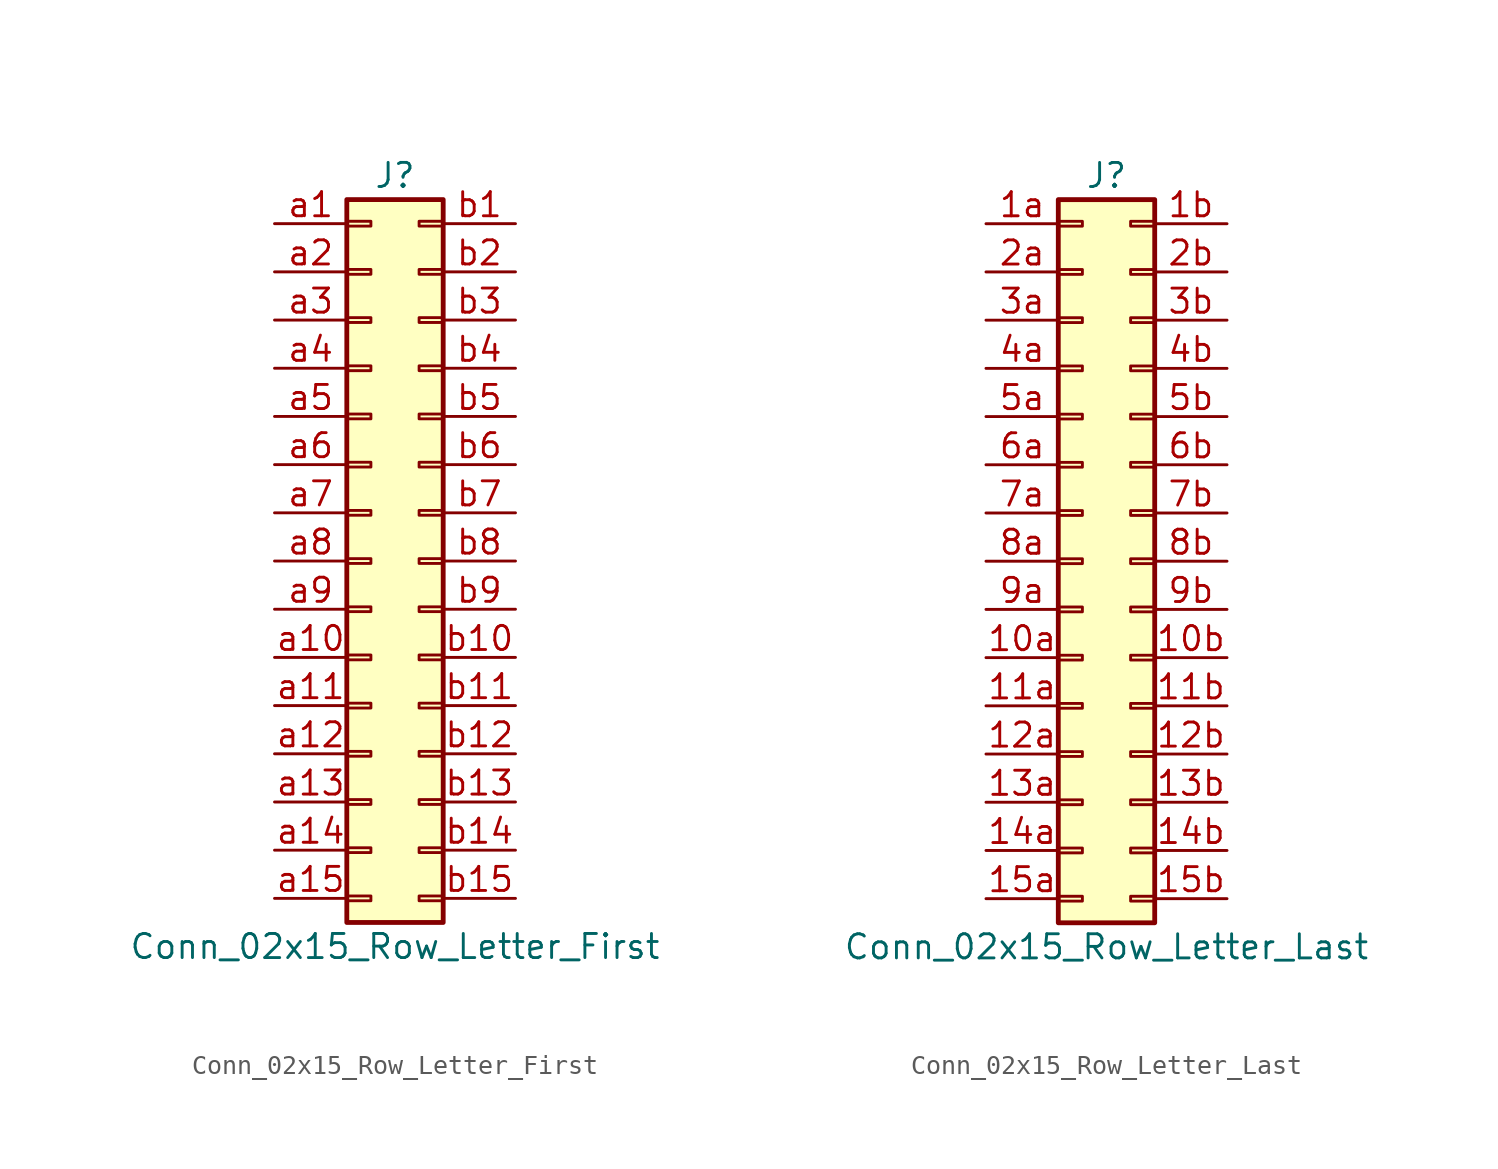
<source format=kicad_sym>
(kicad_symbol_lib
  (version 20211014)
  (generator kicad_symbol_editor)
  (symbol "Conn_02x15_Row_Letter_First"
    (pin_names
      (offset 1.016) hide)
    (property "Reference" "J"
      (at 1.27 20.32 0)
      (effects (font (size 1.27 1.27))))
    (property "Value" "Conn_02x15_Row_Letter_First"
      (at 1.27 -20.32 0)
      (effects (font (size 1.27 1.27))))
    (symbol "Conn_02x15_Row_Letter_First_1_1"
      (rectangle (start -1.27 -17.653) (end 0 -17.907) (stroke (width 0.152) (type default) (color 0 0 0 0)) (fill (type none)))
      (rectangle (start -1.27 -15.113) (end 0 -15.367) (stroke (width 0.152) (type default) (color 0 0 0 0)) (fill (type none)))
      (rectangle (start -1.27 -12.573) (end 0 -12.827) (stroke (width 0.152) (type default) (color 0 0 0 0)) (fill (type none)))
      (rectangle (start -1.27 -10.033) (end 0 -10.287) (stroke (width 0.152) (type default) (color 0 0 0 0)) (fill (type none)))
      (rectangle (start -1.27 -7.493) (end 0 -7.747) (stroke (width 0.152) (type default) (color 0 0 0 0)) (fill (type none)))
      (rectangle (start -1.27 -4.953) (end 0 -5.207) (stroke (width 0.152) (type default) (color 0 0 0 0)) (fill (type none)))
      (rectangle (start -1.27 -2.413) (end 0 -2.667) (stroke (width 0.152) (type default) (color 0 0 0 0)) (fill (type none)))
      (rectangle (start -1.27 0.127) (end 0 -0.127) (stroke (width 0.152) (type default) (color 0 0 0 0)) (fill (type none)))
      (rectangle (start -1.27 2.667) (end 0 2.413) (stroke (width 0.152) (type default) (color 0 0 0 0)) (fill (type none)))
      (rectangle (start -1.27 5.207) (end 0 4.953) (stroke (width 0.152) (type default) (color 0 0 0 0)) (fill (type none)))
      (rectangle (start -1.27 7.747) (end 0 7.493) (stroke (width 0.152) (type default) (color 0 0 0 0)) (fill (type none)))
      (rectangle (start -1.27 10.287) (end 0 10.033) (stroke (width 0.152) (type default) (color 0 0 0 0)) (fill (type none)))
      (rectangle (start -1.27 12.827) (end 0 12.573) (stroke (width 0.152) (type default) (color 0 0 0 0)) (fill (type none)))
      (rectangle (start -1.27 15.367) (end 0 15.113) (stroke (width 0.152) (type default) (color 0 0 0 0)) (fill (type none)))
      (rectangle (start -1.27 17.907) (end 0 17.653) (stroke (width 0.152) (type default) (color 0 0 0 0)) (fill (type none)))
      (rectangle (start -1.27 19.05) (end 3.81 -19.05) (stroke (width 0.254) (type default) (color 0 0 0 0)) (fill (type background)))
      (rectangle (start 3.81 -17.653) (end 2.54 -17.907) (stroke (width 0.152) (type default) (color 0 0 0 0)) (fill (type none)))
      (rectangle (start 3.81 -15.113) (end 2.54 -15.367) (stroke (width 0.152) (type default) (color 0 0 0 0)) (fill (type none)))
      (rectangle (start 3.81 -12.573) (end 2.54 -12.827) (stroke (width 0.152) (type default) (color 0 0 0 0)) (fill (type none)))
      (rectangle (start 3.81 -10.033) (end 2.54 -10.287) (stroke (width 0.152) (type default) (color 0 0 0 0)) (fill (type none)))
      (rectangle (start 3.81 -7.493) (end 2.54 -7.747) (stroke (width 0.152) (type default) (color 0 0 0 0)) (fill (type none)))
      (rectangle (start 3.81 -4.953) (end 2.54 -5.207) (stroke (width 0.152) (type default) (color 0 0 0 0)) (fill (type none)))
      (rectangle (start 3.81 -2.413) (end 2.54 -2.667) (stroke (width 0.152) (type default) (color 0 0 0 0)) (fill (type none)))
      (rectangle (start 3.81 0.127) (end 2.54 -0.127) (stroke (width 0.152) (type default) (color 0 0 0 0)) (fill (type none)))
      (rectangle (start 3.81 2.667) (end 2.54 2.413) (stroke (width 0.152) (type default) (color 0 0 0 0)) (fill (type none)))
      (rectangle (start 3.81 5.207) (end 2.54 4.953) (stroke (width 0.152) (type default) (color 0 0 0 0)) (fill (type none)))
      (rectangle (start 3.81 7.747) (end 2.54 7.493) (stroke (width 0.152) (type default) (color 0 0 0 0)) (fill (type none)))
      (rectangle (start 3.81 10.287) (end 2.54 10.033) (stroke (width 0.152) (type default) (color 0 0 0 0)) (fill (type none)))
      (rectangle (start 3.81 12.827) (end 2.54 12.573) (stroke (width 0.152) (type default) (color 0 0 0 0)) (fill (type none)))
      (rectangle (start 3.81 15.367) (end 2.54 15.113) (stroke (width 0.152) (type default) (color 0 0 0 0)) (fill (type none)))
      (rectangle (start 3.81 17.907) (end 2.54 17.653) (stroke (width 0.152) (type default) (color 0 0 0 0)) (fill (type none)))
      (pin passive line (at -5.08 17.78 0) (length 3.81) (name "Pin_a1" (effects (font (size 1.27 1.27)))) (number "a1" (effects (font (size 1.27 1.27)))))
      (pin passive line (at -5.08 -5.08 0) (length 3.81) (name "Pin_a10" (effects (font (size 1.27 1.27)))) (number "a10" (effects (font (size 1.27 1.27)))))
      (pin passive line (at -5.08 -7.62 0) (length 3.81) (name "Pin_a11" (effects (font (size 1.27 1.27)))) (number "a11" (effects (font (size 1.27 1.27)))))
      (pin passive line (at -5.08 -10.16 0) (length 3.81) (name "Pin_a12" (effects (font (size 1.27 1.27)))) (number "a12" (effects (font (size 1.27 1.27)))))
      (pin passive line (at -5.08 -12.7 0) (length 3.81) (name "Pin_a13" (effects (font (size 1.27 1.27)))) (number "a13" (effects (font (size 1.27 1.27)))))
      (pin passive line (at -5.08 -15.24 0) (length 3.81) (name "Pin_a14" (effects (font (size 1.27 1.27)))) (number "a14" (effects (font (size 1.27 1.27)))))
      (pin passive line (at -5.08 -17.78 0) (length 3.81) (name "Pin_a15" (effects (font (size 1.27 1.27)))) (number "a15" (effects (font (size 1.27 1.27)))))
      (pin passive line (at -5.08 15.24 0) (length 3.81) (name "Pin_a2" (effects (font (size 1.27 1.27)))) (number "a2" (effects (font (size 1.27 1.27)))))
      (pin passive line (at -5.08 12.7 0) (length 3.81) (name "Pin_a3" (effects (font (size 1.27 1.27)))) (number "a3" (effects (font (size 1.27 1.27)))))
      (pin passive line (at -5.08 10.16 0) (length 3.81) (name "Pin_a4" (effects (font (size 1.27 1.27)))) (number "a4" (effects (font (size 1.27 1.27)))))
      (pin passive line (at -5.08 7.62 0) (length 3.81) (name "Pin_a5" (effects (font (size 1.27 1.27)))) (number "a5" (effects (font (size 1.27 1.27)))))
      (pin passive line (at -5.08 5.08 0) (length 3.81) (name "Pin_a6" (effects (font (size 1.27 1.27)))) (number "a6" (effects (font (size 1.27 1.27)))))
      (pin passive line (at -5.08 2.54 0) (length 3.81) (name "Pin_a7" (effects (font (size 1.27 1.27)))) (number "a7" (effects (font (size 1.27 1.27)))))
      (pin passive line (at -5.08 0 0) (length 3.81) (name "Pin_a8" (effects (font (size 1.27 1.27)))) (number "a8" (effects (font (size 1.27 1.27)))))
      (pin passive line (at -5.08 -2.54 0) (length 3.81) (name "Pin_a9" (effects (font (size 1.27 1.27)))) (number "a9" (effects (font (size 1.27 1.27)))))
      (pin passive line (at 7.62 17.78 180) (length 3.81) (name "Pin_b1" (effects (font (size 1.27 1.27)))) (number "b1" (effects (font (size 1.27 1.27)))))
      (pin passive line (at 7.62 -5.08 180) (length 3.81) (name "Pin_b10" (effects (font (size 1.27 1.27)))) (number "b10" (effects (font (size 1.27 1.27)))))
      (pin passive line (at 7.62 -7.62 180) (length 3.81) (name "Pin_b11" (effects (font (size 1.27 1.27)))) (number "b11" (effects (font (size 1.27 1.27)))))
      (pin passive line (at 7.62 -10.16 180) (length 3.81) (name "Pin_b12" (effects (font (size 1.27 1.27)))) (number "b12" (effects (font (size 1.27 1.27)))))
      (pin passive line (at 7.62 -12.7 180) (length 3.81) (name "Pin_b13" (effects (font (size 1.27 1.27)))) (number "b13" (effects (font (size 1.27 1.27)))))
      (pin passive line (at 7.62 -15.24 180) (length 3.81) (name "Pin_b14" (effects (font (size 1.27 1.27)))) (number "b14" (effects (font (size 1.27 1.27)))))
      (pin passive line (at 7.62 -17.78 180) (length 3.81) (name "Pin_b15" (effects (font (size 1.27 1.27)))) (number "b15" (effects (font (size 1.27 1.27)))))
      (pin passive line (at 7.62 15.24 180) (length 3.81) (name "Pin_b2" (effects (font (size 1.27 1.27)))) (number "b2" (effects (font (size 1.27 1.27)))))
      (pin passive line (at 7.62 12.7 180) (length 3.81) (name "Pin_b3" (effects (font (size 1.27 1.27)))) (number "b3" (effects (font (size 1.27 1.27)))))
      (pin passive line (at 7.62 10.16 180) (length 3.81) (name "Pin_b4" (effects (font (size 1.27 1.27)))) (number "b4" (effects (font (size 1.27 1.27)))))
      (pin passive line (at 7.62 7.62 180) (length 3.81) (name "Pin_b5" (effects (font (size 1.27 1.27)))) (number "b5" (effects (font (size 1.27 1.27)))))
      (pin passive line (at 7.62 5.08 180) (length 3.81) (name "Pin_b6" (effects (font (size 1.27 1.27)))) (number "b6" (effects (font (size 1.27 1.27)))))
      (pin passive line (at 7.62 2.54 180) (length 3.81) (name "Pin_b7" (effects (font (size 1.27 1.27)))) (number "b7" (effects (font (size 1.27 1.27)))))
      (pin passive line (at 7.62 0 180) (length 3.81) (name "Pin_b8" (effects (font (size 1.27 1.27)))) (number "b8" (effects (font (size 1.27 1.27)))))
      (pin passive line (at 7.62 -2.54 180) (length 3.81) (name "Pin_b9" (effects (font (size 1.27 1.27)))) (number "b9" (effects (font (size 1.27 1.27)))))))
  (symbol "Conn_02x15_Row_Letter_Last"
    (pin_names
      (offset 1.016) hide)
    (property "Reference" "J"
      (at 1.27 20.32 0)
      (effects (font (size 1.27 1.27))))
    (property "Value" "Conn_02x15_Row_Letter_Last"
      (at 1.27 -20.32 0)
      (effects (font (size 1.27 1.27))))
    (symbol "Conn_02x15_Row_Letter_Last_1_1"
      (rectangle (start -1.27 -17.653) (end 0 -17.907) (stroke (width 0.152) (type default) (color 0 0 0 0)) (fill (type none)))
      (rectangle (start -1.27 -15.113) (end 0 -15.367) (stroke (width 0.152) (type default) (color 0 0 0 0)) (fill (type none)))
      (rectangle (start -1.27 -12.573) (end 0 -12.827) (stroke (width 0.152) (type default) (color 0 0 0 0)) (fill (type none)))
      (rectangle (start -1.27 -10.033) (end 0 -10.287) (stroke (width 0.152) (type default) (color 0 0 0 0)) (fill (type none)))
      (rectangle (start -1.27 -7.493) (end 0 -7.747) (stroke (width 0.152) (type default) (color 0 0 0 0)) (fill (type none)))
      (rectangle (start -1.27 -4.953) (end 0 -5.207) (stroke (width 0.152) (type default) (color 0 0 0 0)) (fill (type none)))
      (rectangle (start -1.27 -2.413) (end 0 -2.667) (stroke (width 0.152) (type default) (color 0 0 0 0)) (fill (type none)))
      (rectangle (start -1.27 0.127) (end 0 -0.127) (stroke (width 0.152) (type default) (color 0 0 0 0)) (fill (type none)))
      (rectangle (start -1.27 2.667) (end 0 2.413) (stroke (width 0.152) (type default) (color 0 0 0 0)) (fill (type none)))
      (rectangle (start -1.27 5.207) (end 0 4.953) (stroke (width 0.152) (type default) (color 0 0 0 0)) (fill (type none)))
      (rectangle (start -1.27 7.747) (end 0 7.493) (stroke (width 0.152) (type default) (color 0 0 0 0)) (fill (type none)))
      (rectangle (start -1.27 10.287) (end 0 10.033) (stroke (width 0.152) (type default) (color 0 0 0 0)) (fill (type none)))
      (rectangle (start -1.27 12.827) (end 0 12.573) (stroke (width 0.152) (type default) (color 0 0 0 0)) (fill (type none)))
      (rectangle (start -1.27 15.367) (end 0 15.113) (stroke (width 0.152) (type default) (color 0 0 0 0)) (fill (type none)))
      (rectangle (start -1.27 17.907) (end 0 17.653) (stroke (width 0.152) (type default) (color 0 0 0 0)) (fill (type none)))
      (rectangle (start -1.27 19.05) (end 3.81 -19.05) (stroke (width 0.254) (type default) (color 0 0 0 0)) (fill (type background)))
      (rectangle (start 3.81 -17.653) (end 2.54 -17.907) (stroke (width 0.152) (type default) (color 0 0 0 0)) (fill (type none)))
      (rectangle (start 3.81 -15.113) (end 2.54 -15.367) (stroke (width 0.152) (type default) (color 0 0 0 0)) (fill (type none)))
      (rectangle (start 3.81 -12.573) (end 2.54 -12.827) (stroke (width 0.152) (type default) (color 0 0 0 0)) (fill (type none)))
      (rectangle (start 3.81 -10.033) (end 2.54 -10.287) (stroke (width 0.152) (type default) (color 0 0 0 0)) (fill (type none)))
      (rectangle (start 3.81 -7.493) (end 2.54 -7.747) (stroke (width 0.152) (type default) (color 0 0 0 0)) (fill (type none)))
      (rectangle (start 3.81 -4.953) (end 2.54 -5.207) (stroke (width 0.152) (type default) (color 0 0 0 0)) (fill (type none)))
      (rectangle (start 3.81 -2.413) (end 2.54 -2.667) (stroke (width 0.152) (type default) (color 0 0 0 0)) (fill (type none)))
      (rectangle (start 3.81 0.127) (end 2.54 -0.127) (stroke (width 0.152) (type default) (color 0 0 0 0)) (fill (type none)))
      (rectangle (start 3.81 2.667) (end 2.54 2.413) (stroke (width 0.152) (type default) (color 0 0 0 0)) (fill (type none)))
      (rectangle (start 3.81 5.207) (end 2.54 4.953) (stroke (width 0.152) (type default) (color 0 0 0 0)) (fill (type none)))
      (rectangle (start 3.81 7.747) (end 2.54 7.493) (stroke (width 0.152) (type default) (color 0 0 0 0)) (fill (type none)))
      (rectangle (start 3.81 10.287) (end 2.54 10.033) (stroke (width 0.152) (type default) (color 0 0 0 0)) (fill (type none)))
      (rectangle (start 3.81 12.827) (end 2.54 12.573) (stroke (width 0.152) (type default) (color 0 0 0 0)) (fill (type none)))
      (rectangle (start 3.81 15.367) (end 2.54 15.113) (stroke (width 0.152) (type default) (color 0 0 0 0)) (fill (type none)))
      (rectangle (start 3.81 17.907) (end 2.54 17.653) (stroke (width 0.152) (type default) (color 0 0 0 0)) (fill (type none)))
      (pin passive line (at -5.08 -5.08 0) (length 3.81) (name "Pin_10a" (effects (font (size 1.27 1.27)))) (number "10a" (effects (font (size 1.27 1.27)))))
      (pin passive line (at 7.62 -5.08 180) (length 3.81) (name "Pin_10b" (effects (font (size 1.27 1.27)))) (number "10b" (effects (font (size 1.27 1.27)))))
      (pin passive line (at -5.08 -7.62 0) (length 3.81) (name "Pin_11a" (effects (font (size 1.27 1.27)))) (number "11a" (effects (font (size 1.27 1.27)))))
      (pin passive line (at 7.62 -7.62 180) (length 3.81) (name "Pin_11b" (effects (font (size 1.27 1.27)))) (number "11b" (effects (font (size 1.27 1.27)))))
      (pin passive line (at -5.08 -10.16 0) (length 3.81) (name "Pin_12a" (effects (font (size 1.27 1.27)))) (number "12a" (effects (font (size 1.27 1.27)))))
      (pin passive line (at 7.62 -10.16 180) (length 3.81) (name "Pin_12b" (effects (font (size 1.27 1.27)))) (number "12b" (effects (font (size 1.27 1.27)))))
      (pin passive line (at -5.08 -12.7 0) (length 3.81) (name "Pin_13a" (effects (font (size 1.27 1.27)))) (number "13a" (effects (font (size 1.27 1.27)))))
      (pin passive line (at 7.62 -12.7 180) (length 3.81) (name "Pin_13b" (effects (font (size 1.27 1.27)))) (number "13b" (effects (font (size 1.27 1.27)))))
      (pin passive line (at -5.08 -15.24 0) (length 3.81) (name "Pin_14a" (effects (font (size 1.27 1.27)))) (number "14a" (effects (font (size 1.27 1.27)))))
      (pin passive line (at 7.62 -15.24 180) (length 3.81) (name "Pin_14b" (effects (font (size 1.27 1.27)))) (number "14b" (effects (font (size 1.27 1.27)))))
      (pin passive line (at -5.08 -17.78 0) (length 3.81) (name "Pin_15a" (effects (font (size 1.27 1.27)))) (number "15a" (effects (font (size 1.27 1.27)))))
      (pin passive line (at 7.62 -17.78 180) (length 3.81) (name "Pin_15b" (effects (font (size 1.27 1.27)))) (number "15b" (effects (font (size 1.27 1.27)))))
      (pin passive line (at -5.08 17.78 0) (length 3.81) (name "Pin_1a" (effects (font (size 1.27 1.27)))) (number "1a" (effects (font (size 1.27 1.27)))))
      (pin passive line (at 7.62 17.78 180) (length 3.81) (name "Pin_1b" (effects (font (size 1.27 1.27)))) (number "1b" (effects (font (size 1.27 1.27)))))
      (pin passive line (at -5.08 15.24 0) (length 3.81) (name "Pin_2a" (effects (font (size 1.27 1.27)))) (number "2a" (effects (font (size 1.27 1.27)))))
      (pin passive line (at 7.62 15.24 180) (length 3.81) (name "Pin_2b" (effects (font (size 1.27 1.27)))) (number "2b" (effects (font (size 1.27 1.27)))))
      (pin passive line (at -5.08 12.7 0) (length 3.81) (name "Pin_3a" (effects (font (size 1.27 1.27)))) (number "3a" (effects (font (size 1.27 1.27)))))
      (pin passive line (at 7.62 12.7 180) (length 3.81) (name "Pin_3b" (effects (font (size 1.27 1.27)))) (number "3b" (effects (font (size 1.27 1.27)))))
      (pin passive line (at -5.08 10.16 0) (length 3.81) (name "Pin_4a" (effects (font (size 1.27 1.27)))) (number "4a" (effects (font (size 1.27 1.27)))))
      (pin passive line (at 7.62 10.16 180) (length 3.81) (name "Pin_4b" (effects (font (size 1.27 1.27)))) (number "4b" (effects (font (size 1.27 1.27)))))
      (pin passive line (at -5.08 7.62 0) (length 3.81) (name "Pin_5a" (effects (font (size 1.27 1.27)))) (number "5a" (effects (font (size 1.27 1.27)))))
      (pin passive line (at 7.62 7.62 180) (length 3.81) (name "Pin_5b" (effects (font (size 1.27 1.27)))) (number "5b" (effects (font (size 1.27 1.27)))))
      (pin passive line (at -5.08 5.08 0) (length 3.81) (name "Pin_6a" (effects (font (size 1.27 1.27)))) (number "6a" (effects (font (size 1.27 1.27)))))
      (pin passive line (at 7.62 5.08 180) (length 3.81) (name "Pin_6b" (effects (font (size 1.27 1.27)))) (number "6b" (effects (font (size 1.27 1.27)))))
      (pin passive line (at -5.08 2.54 0) (length 3.81) (name "Pin_7a" (effects (font (size 1.27 1.27)))) (number "7a" (effects (font (size 1.27 1.27)))))
      (pin passive line (at 7.62 2.54 180) (length 3.81) (name "Pin_7b" (effects (font (size 1.27 1.27)))) (number "7b" (effects (font (size 1.27 1.27)))))
      (pin passive line (at -5.08 0 0) (length 3.81) (name "Pin_8a" (effects (font (size 1.27 1.27)))) (number "8a" (effects (font (size 1.27 1.27)))))
      (pin passive line (at 7.62 0 180) (length 3.81) (name "Pin_8b" (effects (font (size 1.27 1.27)))) (number "8b" (effects (font (size 1.27 1.27)))))
      (pin passive line (at -5.08 -2.54 0) (length 3.81) (name "Pin_9a" (effects (font (size 1.27 1.27)))) (number "9a" (effects (font (size 1.27 1.27)))))
      (pin passive line (at 7.62 -2.54 180) (length 3.81) (name "Pin_9b" (effects (font (size 1.27 1.27)))) (number "9b" (effects (font (size 1.27 1.27))))))))
</source>
